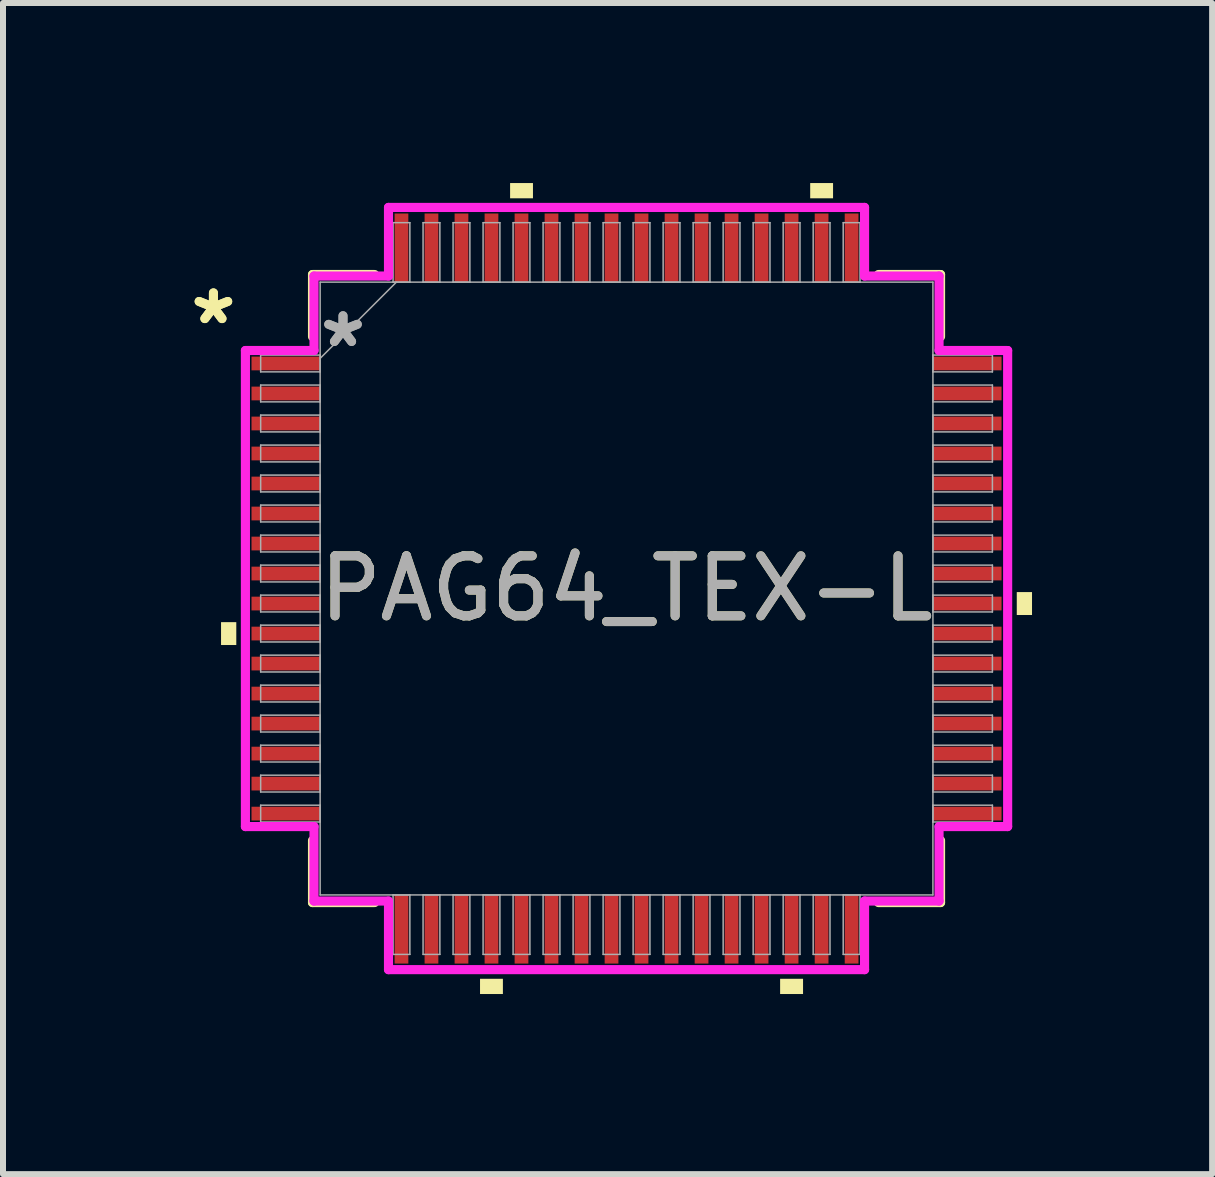
<source format=kicad_pcb>
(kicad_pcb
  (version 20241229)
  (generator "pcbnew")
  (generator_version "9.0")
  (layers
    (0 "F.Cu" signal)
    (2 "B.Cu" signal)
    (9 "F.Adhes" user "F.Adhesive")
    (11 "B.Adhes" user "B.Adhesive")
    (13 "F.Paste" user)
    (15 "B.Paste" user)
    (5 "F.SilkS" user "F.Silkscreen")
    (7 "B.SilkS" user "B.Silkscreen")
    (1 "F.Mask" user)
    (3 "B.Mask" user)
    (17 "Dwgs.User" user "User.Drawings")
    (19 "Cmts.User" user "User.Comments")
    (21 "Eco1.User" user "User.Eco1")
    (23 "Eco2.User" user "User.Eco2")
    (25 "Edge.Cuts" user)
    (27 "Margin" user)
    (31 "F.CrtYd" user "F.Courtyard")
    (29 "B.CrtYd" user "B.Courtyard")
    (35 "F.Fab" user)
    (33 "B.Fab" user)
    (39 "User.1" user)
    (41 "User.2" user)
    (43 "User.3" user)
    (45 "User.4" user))
  (footprint "PAG64_TEX-L"
    (layer "F.Cu")
    (at 7.389 6.756)
    (property "Reference" "PAG64_TEX-L" (at 0 0 0) (unlocked yes) (layer "F.SilkS") (effects (font (size 1 1) (thickness 0.15))))
    (attr smd)
    (fp_line (start -5.232 -5.232) (end -5.232 -4.197) (stroke (width 0.152) (type solid)) (layer "F.SilkS"))
    (fp_line (start -5.232 4.197) (end -5.232 5.232) (stroke (width 0.152) (type solid)) (layer "F.SilkS"))
    (fp_line (start -5.232 5.232) (end -4.197 5.232) (stroke (width 0.152) (type solid)) (layer "F.SilkS"))
    (fp_line (start -4.197 -5.232) (end -5.232 -5.232) (stroke (width 0.152) (type solid)) (layer "F.SilkS"))
    (fp_line (start 4.197 5.232) (end 5.232 5.232) (stroke (width 0.152) (type solid)) (layer "F.SilkS"))
    (fp_line (start 5.232 -5.232) (end 4.197 -5.232) (stroke (width 0.152) (type solid)) (layer "F.SilkS"))
    (fp_line (start 5.232 -4.197) (end 5.232 -5.232) (stroke (width 0.152) (type solid)) (layer "F.SilkS"))
    (fp_line (start 5.232 5.232) (end 5.232 4.197) (stroke (width 0.152) (type solid)) (layer "F.SilkS"))
    (fp_poly (pts (xy -6.756 0.56) (xy -6.756 0.941) (xy -6.502 0.941) (xy -6.502 0.56)) (stroke (width 0) (type solid)) (fill yes) (layer "F.SilkS"))
    (fp_poly (pts (xy -2.441 6.502) (xy -2.441 6.756) (xy -2.06 6.756) (xy -2.06 6.502)) (stroke (width 0) (type solid)) (fill yes) (layer "F.SilkS"))
    (fp_poly (pts (xy -1.94 -6.502) (xy -1.94 -6.756) (xy -1.559 -6.756) (xy -1.559 -6.502)) (stroke (width 0) (type solid)) (fill yes) (layer "F.SilkS"))
    (fp_poly (pts (xy 2.559 6.502) (xy 2.559 6.756) (xy 2.941 6.756) (xy 2.941 6.502)) (stroke (width 0) (type solid)) (fill yes) (layer "F.SilkS"))
    (fp_poly (pts (xy 3.06 -6.502) (xy 3.06 -6.756) (xy 3.441 -6.756) (xy 3.441 -6.502)) (stroke (width 0) (type solid)) (fill yes) (layer "F.SilkS"))
    (fp_poly (pts (xy 6.756 0.059) (xy 6.756 0.441) (xy 6.502 0.441) (xy 6.502 0.059)) (stroke (width 0) (type solid)) (fill yes) (layer "F.SilkS"))
    (fp_line (start -6.35 -3.966) (end -5.207 -3.966) (stroke (width 0.152) (type solid)) (layer "F.CrtYd"))
    (fp_line (start -6.35 3.966) (end -6.35 -3.966) (stroke (width 0.152) (type solid)) (layer "F.CrtYd"))
    (fp_line (start -5.207 -5.207) (end -3.966 -5.207) (stroke (width 0.152) (type solid)) (layer "F.CrtYd"))
    (fp_line (start -5.207 -3.966) (end -5.207 -5.207) (stroke (width 0.152) (type solid)) (layer "F.CrtYd"))
    (fp_line (start -5.207 3.966) (end -6.35 3.966) (stroke (width 0.152) (type solid)) (layer "F.CrtYd"))
    (fp_line (start -5.207 5.207) (end -5.207 3.966) (stroke (width 0.152) (type solid)) (layer "F.CrtYd"))
    (fp_line (start -5.207 5.207) (end -3.966 5.207) (stroke (width 0.152) (type solid)) (layer "F.CrtYd"))
    (fp_line (start -3.966 -6.35) (end 3.966 -6.35) (stroke (width 0.152) (type solid)) (layer "F.CrtYd"))
    (fp_line (start -3.966 -5.207) (end -3.966 -6.35) (stroke (width 0.152) (type solid)) (layer "F.CrtYd"))
    (fp_line (start -3.966 5.207) (end -3.966 6.35) (stroke (width 0.152) (type solid)) (layer "F.CrtYd"))
    (fp_line (start -3.966 6.35) (end 3.966 6.35) (stroke (width 0.152) (type solid)) (layer "F.CrtYd"))
    (fp_line (start 3.966 -6.35) (end 3.966 -5.207) (stroke (width 0.152) (type solid)) (layer "F.CrtYd"))
    (fp_line (start 3.966 -5.207) (end 5.207 -5.207) (stroke (width 0.152) (type solid)) (layer "F.CrtYd"))
    (fp_line (start 3.966 5.207) (end 5.207 5.207) (stroke (width 0.152) (type solid)) (layer "F.CrtYd"))
    (fp_line (start 3.966 6.35) (end 3.966 5.207) (stroke (width 0.152) (type solid)) (layer "F.CrtYd"))
    (fp_line (start 5.207 -3.966) (end 5.207 -5.207) (stroke (width 0.152) (type solid)) (layer "F.CrtYd"))
    (fp_line (start 5.207 3.966) (end 6.35 3.966) (stroke (width 0.152) (type solid)) (layer "F.CrtYd"))
    (fp_line (start 5.207 5.207) (end 5.207 3.966) (stroke (width 0.152) (type solid)) (layer "F.CrtYd"))
    (fp_line (start 6.35 -3.966) (end 5.207 -3.966) (stroke (width 0.152) (type solid)) (layer "F.CrtYd"))
    (fp_line (start 6.35 3.966) (end 6.35 -3.966) (stroke (width 0.152) (type solid)) (layer "F.CrtYd"))
    (fp_line (start -6.096 -3.89) (end -6.096 -3.61) (stroke (width 0.025) (type solid)) (layer "F.Fab"))
    (fp_line (start -6.096 -3.61) (end -5.105 -3.61) (stroke (width 0.025) (type solid)) (layer "F.Fab"))
    (fp_line (start -6.096 -3.39) (end -6.096 -3.11) (stroke (width 0.025) (type solid)) (layer "F.Fab"))
    (fp_line (start -6.096 -3.11) (end -5.105 -3.11) (stroke (width 0.025) (type solid)) (layer "F.Fab"))
    (fp_line (start -6.096 -2.89) (end -6.096 -2.61) (stroke (width 0.025) (type solid)) (layer "F.Fab"))
    (fp_line (start -6.096 -2.61) (end -5.105 -2.61) (stroke (width 0.025) (type solid)) (layer "F.Fab"))
    (fp_line (start -6.096 -2.39) (end -6.096 -2.11) (stroke (width 0.025) (type solid)) (layer "F.Fab"))
    (fp_line (start -6.096 -2.11) (end -5.105 -2.11) (stroke (width 0.025) (type solid)) (layer "F.Fab"))
    (fp_line (start -6.096 -1.89) (end -6.096 -1.61) (stroke (width 0.025) (type solid)) (layer "F.Fab"))
    (fp_line (start -6.096 -1.61) (end -5.105 -1.61) (stroke (width 0.025) (type solid)) (layer "F.Fab"))
    (fp_line (start -6.096 -1.39) (end -6.096 -1.11) (stroke (width 0.025) (type solid)) (layer "F.Fab"))
    (fp_line (start -6.096 -1.11) (end -5.105 -1.11) (stroke (width 0.025) (type solid)) (layer "F.Fab"))
    (fp_line (start -6.096 -0.89) (end -6.096 -0.61) (stroke (width 0.025) (type solid)) (layer "F.Fab"))
    (fp_line (start -6.096 -0.61) (end -5.105 -0.61) (stroke (width 0.025) (type solid)) (layer "F.Fab"))
    (fp_line (start -6.096 -0.39) (end -6.096 -0.11) (stroke (width 0.025) (type solid)) (layer "F.Fab"))
    (fp_line (start -6.096 -0.11) (end -5.105 -0.11) (stroke (width 0.025) (type solid)) (layer "F.Fab"))
    (fp_line (start -6.096 0.11) (end -6.096 0.39) (stroke (width 0.025) (type solid)) (layer "F.Fab"))
    (fp_line (start -6.096 0.39) (end -5.105 0.39) (stroke (width 0.025) (type solid)) (layer "F.Fab"))
    (fp_line (start -6.096 0.61) (end -6.096 0.89) (stroke (width 0.025) (type solid)) (layer "F.Fab"))
    (fp_line (start -6.096 0.89) (end -5.105 0.89) (stroke (width 0.025) (type solid)) (layer "F.Fab"))
    (fp_line (start -6.096 1.11) (end -6.096 1.39) (stroke (width 0.025) (type solid)) (layer "F.Fab"))
    (fp_line (start -6.096 1.39) (end -5.105 1.39) (stroke (width 0.025) (type solid)) (layer "F.Fab"))
    (fp_line (start -6.096 1.61) (end -6.096 1.89) (stroke (width 0.025) (type solid)) (layer "F.Fab"))
    (fp_line (start -6.096 1.89) (end -5.105 1.89) (stroke (width 0.025) (type solid)) (layer "F.Fab"))
    (fp_line (start -6.096 2.11) (end -6.096 2.39) (stroke (width 0.025) (type solid)) (layer "F.Fab"))
    (fp_line (start -6.096 2.39) (end -5.105 2.39) (stroke (width 0.025) (type solid)) (layer "F.Fab"))
    (fp_line (start -6.096 2.61) (end -6.096 2.89) (stroke (width 0.025) (type solid)) (layer "F.Fab"))
    (fp_line (start -6.096 2.89) (end -5.105 2.89) (stroke (width 0.025) (type solid)) (layer "F.Fab"))
    (fp_line (start -6.096 3.11) (end -6.096 3.39) (stroke (width 0.025) (type solid)) (layer "F.Fab"))
    (fp_line (start -6.096 3.39) (end -5.105 3.39) (stroke (width 0.025) (type solid)) (layer "F.Fab"))
    (fp_line (start -6.096 3.61) (end -6.096 3.89) (stroke (width 0.025) (type solid)) (layer "F.Fab"))
    (fp_line (start -6.096 3.89) (end -5.105 3.89) (stroke (width 0.025) (type solid)) (layer "F.Fab"))
    (fp_line (start -5.105 -5.105) (end -5.105 5.105) (stroke (width 0.025) (type solid)) (layer "F.Fab"))
    (fp_line (start -5.105 -3.89) (end -6.096 -3.89) (stroke (width 0.025) (type solid)) (layer "F.Fab"))
    (fp_line (start -5.105 -3.835) (end -3.835 -5.105) (stroke (width 0.025) (type solid)) (layer "F.Fab"))
    (fp_line (start -5.105 -3.61) (end -5.105 -3.89) (stroke (width 0.025) (type solid)) (layer "F.Fab"))
    (fp_line (start -5.105 -3.39) (end -6.096 -3.39) (stroke (width 0.025) (type solid)) (layer "F.Fab"))
    (fp_line (start -5.105 -3.11) (end -5.105 -3.39) (stroke (width 0.025) (type solid)) (layer "F.Fab"))
    (fp_line (start -5.105 -2.89) (end -6.096 -2.89) (stroke (width 0.025) (type solid)) (layer "F.Fab"))
    (fp_line (start -5.105 -2.61) (end -5.105 -2.89) (stroke (width 0.025) (type solid)) (layer "F.Fab"))
    (fp_line (start -5.105 -2.39) (end -6.096 -2.39) (stroke (width 0.025) (type solid)) (layer "F.Fab"))
    (fp_line (start -5.105 -2.11) (end -5.105 -2.39) (stroke (width 0.025) (type solid)) (layer "F.Fab"))
    (fp_line (start -5.105 -1.89) (end -6.096 -1.89) (stroke (width 0.025) (type solid)) (layer "F.Fab"))
    (fp_line (start -5.105 -1.61) (end -5.105 -1.89) (stroke (width 0.025) (type solid)) (layer "F.Fab"))
    (fp_line (start -5.105 -1.39) (end -6.096 -1.39) (stroke (width 0.025) (type solid)) (layer "F.Fab"))
    (fp_line (start -5.105 -1.11) (end -5.105 -1.39) (stroke (width 0.025) (type solid)) (layer "F.Fab"))
    (fp_line (start -5.105 -0.89) (end -6.096 -0.89) (stroke (width 0.025) (type solid)) (layer "F.Fab"))
    (fp_line (start -5.105 -0.61) (end -5.105 -0.89) (stroke (width 0.025) (type solid)) (layer "F.Fab"))
    (fp_line (start -5.105 -0.39) (end -6.096 -0.39) (stroke (width 0.025) (type solid)) (layer "F.Fab"))
    (fp_line (start -5.105 -0.11) (end -5.105 -0.39) (stroke (width 0.025) (type solid)) (layer "F.Fab"))
    (fp_line (start -5.105 0.11) (end -6.096 0.11) (stroke (width 0.025) (type solid)) (layer "F.Fab"))
    (fp_line (start -5.105 0.39) (end -5.105 0.11) (stroke (width 0.025) (type solid)) (layer "F.Fab"))
    (fp_line (start -5.105 0.61) (end -6.096 0.61) (stroke (width 0.025) (type solid)) (layer "F.Fab"))
    (fp_line (start -5.105 0.89) (end -5.105 0.61) (stroke (width 0.025) (type solid)) (layer "F.Fab"))
    (fp_line (start -5.105 1.11) (end -6.096 1.11) (stroke (width 0.025) (type solid)) (layer "F.Fab"))
    (fp_line (start -5.105 1.39) (end -5.105 1.11) (stroke (width 0.025) (type solid)) (layer "F.Fab"))
    (fp_line (start -5.105 1.61) (end -6.096 1.61) (stroke (width 0.025) (type solid)) (layer "F.Fab"))
    (fp_line (start -5.105 1.89) (end -5.105 1.61) (stroke (width 0.025) (type solid)) (layer "F.Fab"))
    (fp_line (start -5.105 2.11) (end -6.096 2.11) (stroke (width 0.025) (type solid)) (layer "F.Fab"))
    (fp_line (start -5.105 2.39) (end -5.105 2.11) (stroke (width 0.025) (type solid)) (layer "F.Fab"))
    (fp_line (start -5.105 2.61) (end -6.096 2.61) (stroke (width 0.025) (type solid)) (layer "F.Fab"))
    (fp_line (start -5.105 2.89) (end -5.105 2.61) (stroke (width 0.025) (type solid)) (layer "F.Fab"))
    (fp_line (start -5.105 3.11) (end -6.096 3.11) (stroke (width 0.025) (type solid)) (layer "F.Fab"))
    (fp_line (start -5.105 3.39) (end -5.105 3.11) (stroke (width 0.025) (type solid)) (layer "F.Fab"))
    (fp_line (start -5.105 3.61) (end -6.096 3.61) (stroke (width 0.025) (type solid)) (layer "F.Fab"))
    (fp_line (start -5.105 3.89) (end -5.105 3.61) (stroke (width 0.025) (type solid)) (layer "F.Fab"))
    (fp_line (start -5.105 5.105) (end 5.105 5.105) (stroke (width 0.025) (type solid)) (layer "F.Fab"))
    (fp_line (start -3.89 -6.096) (end -3.89 -5.105) (stroke (width 0.025) (type solid)) (layer "F.Fab"))
    (fp_line (start -3.89 -5.105) (end -3.61 -5.105) (stroke (width 0.025) (type solid)) (layer "F.Fab"))
    (fp_line (start -3.89 5.105) (end -3.89 6.096) (stroke (width 0.025) (type solid)) (layer "F.Fab"))
    (fp_line (start -3.89 6.096) (end -3.61 6.096) (stroke (width 0.025) (type solid)) (layer "F.Fab"))
    (fp_line (start -3.61 -6.096) (end -3.89 -6.096) (stroke (width 0.025) (type solid)) (layer "F.Fab"))
    (fp_line (start -3.61 -5.105) (end -3.61 -6.096) (stroke (width 0.025) (type solid)) (layer "F.Fab"))
    (fp_line (start -3.61 5.105) (end -3.89 5.105) (stroke (width 0.025) (type solid)) (layer "F.Fab"))
    (fp_line (start -3.61 6.096) (end -3.61 5.105) (stroke (width 0.025) (type solid)) (layer "F.Fab"))
    (fp_line (start -3.39 -6.096) (end -3.39 -5.105) (stroke (width 0.025) (type solid)) (layer "F.Fab"))
    (fp_line (start -3.39 -5.105) (end -3.11 -5.105) (stroke (width 0.025) (type solid)) (layer "F.Fab"))
    (fp_line (start -3.39 5.105) (end -3.39 6.096) (stroke (width 0.025) (type solid)) (layer "F.Fab"))
    (fp_line (start -3.39 6.096) (end -3.11 6.096) (stroke (width 0.025) (type solid)) (layer "F.Fab"))
    (fp_line (start -3.11 -6.096) (end -3.39 -6.096) (stroke (width 0.025) (type solid)) (layer "F.Fab"))
    (fp_line (start -3.11 -5.105) (end -3.11 -6.096) (stroke (width 0.025) (type solid)) (layer "F.Fab"))
    (fp_line (start -3.11 5.105) (end -3.39 5.105) (stroke (width 0.025) (type solid)) (layer "F.Fab"))
    (fp_line (start -3.11 6.096) (end -3.11 5.105) (stroke (width 0.025) (type solid)) (layer "F.Fab"))
    (fp_line (start -2.89 -6.096) (end -2.89 -5.105) (stroke (width 0.025) (type solid)) (layer "F.Fab"))
    (fp_line (start -2.89 -5.105) (end -2.61 -5.105) (stroke (width 0.025) (type solid)) (layer "F.Fab"))
    (fp_line (start -2.89 5.105) (end -2.89 6.096) (stroke (width 0.025) (type solid)) (layer "F.Fab"))
    (fp_line (start -2.89 6.096) (end -2.61 6.096) (stroke (width 0.025) (type solid)) (layer "F.Fab"))
    (fp_line (start -2.61 -6.096) (end -2.89 -6.096) (stroke (width 0.025) (type solid)) (layer "F.Fab"))
    (fp_line (start -2.61 -5.105) (end -2.61 -6.096) (stroke (width 0.025) (type solid)) (layer "F.Fab"))
    (fp_line (start -2.61 5.105) (end -2.89 5.105) (stroke (width 0.025) (type solid)) (layer "F.Fab"))
    (fp_line (start -2.61 6.096) (end -2.61 5.105) (stroke (width 0.025) (type solid)) (layer "F.Fab"))
    (fp_line (start -2.39 -6.096) (end -2.39 -5.105) (stroke (width 0.025) (type solid)) (layer "F.Fab"))
    (fp_line (start -2.39 -5.105) (end -2.11 -5.105) (stroke (width 0.025) (type solid)) (layer "F.Fab"))
    (fp_line (start -2.39 5.105) (end -2.39 6.096) (stroke (width 0.025) (type solid)) (layer "F.Fab"))
    (fp_line (start -2.39 6.096) (end -2.11 6.096) (stroke (width 0.025) (type solid)) (layer "F.Fab"))
    (fp_line (start -2.11 -6.096) (end -2.39 -6.096) (stroke (width 0.025) (type solid)) (layer "F.Fab"))
    (fp_line (start -2.11 -5.105) (end -2.11 -6.096) (stroke (width 0.025) (type solid)) (layer "F.Fab"))
    (fp_line (start -2.11 5.105) (end -2.39 5.105) (stroke (width 0.025) (type solid)) (layer "F.Fab"))
    (fp_line (start -2.11 6.096) (end -2.11 5.105) (stroke (width 0.025) (type solid)) (layer "F.Fab"))
    (fp_line (start -1.89 -6.096) (end -1.89 -5.105) (stroke (width 0.025) (type solid)) (layer "F.Fab"))
    (fp_line (start -1.89 -5.105) (end -1.61 -5.105) (stroke (width 0.025) (type solid)) (layer "F.Fab"))
    (fp_line (start -1.89 5.105) (end -1.89 6.096) (stroke (width 0.025) (type solid)) (layer "F.Fab"))
    (fp_line (start -1.89 6.096) (end -1.61 6.096) (stroke (width 0.025) (type solid)) (layer "F.Fab"))
    (fp_line (start -1.61 -6.096) (end -1.89 -6.096) (stroke (width 0.025) (type solid)) (layer "F.Fab"))
    (fp_line (start -1.61 -5.105) (end -1.61 -6.096) (stroke (width 0.025) (type solid)) (layer "F.Fab"))
    (fp_line (start -1.61 5.105) (end -1.89 5.105) (stroke (width 0.025) (type solid)) (layer "F.Fab"))
    (fp_line (start -1.61 6.096) (end -1.61 5.105) (stroke (width 0.025) (type solid)) (layer "F.Fab"))
    (fp_line (start -1.39 -6.096) (end -1.39 -5.105) (stroke (width 0.025) (type solid)) (layer "F.Fab"))
    (fp_line (start -1.39 -5.105) (end -1.11 -5.105) (stroke (width 0.025) (type solid)) (layer "F.Fab"))
    (fp_line (start -1.39 5.105) (end -1.39 6.096) (stroke (width 0.025) (type solid)) (layer "F.Fab"))
    (fp_line (start -1.39 6.096) (end -1.11 6.096) (stroke (width 0.025) (type solid)) (layer "F.Fab"))
    (fp_line (start -1.11 -6.096) (end -1.39 -6.096) (stroke (width 0.025) (type solid)) (layer "F.Fab"))
    (fp_line (start -1.11 -5.105) (end -1.11 -6.096) (stroke (width 0.025) (type solid)) (layer "F.Fab"))
    (fp_line (start -1.11 5.105) (end -1.39 5.105) (stroke (width 0.025) (type solid)) (layer "F.Fab"))
    (fp_line (start -1.11 6.096) (end -1.11 5.105) (stroke (width 0.025) (type solid)) (layer "F.Fab"))
    (fp_line (start -0.89 -6.096) (end -0.89 -5.105) (stroke (width 0.025) (type solid)) (layer "F.Fab"))
    (fp_line (start -0.89 -5.105) (end -0.61 -5.105) (stroke (width 0.025) (type solid)) (layer "F.Fab"))
    (fp_line (start -0.89 5.105) (end -0.89 6.096) (stroke (width 0.025) (type solid)) (layer "F.Fab"))
    (fp_line (start -0.89 6.096) (end -0.61 6.096) (stroke (width 0.025) (type solid)) (layer "F.Fab"))
    (fp_line (start -0.61 -6.096) (end -0.89 -6.096) (stroke (width 0.025) (type solid)) (layer "F.Fab"))
    (fp_line (start -0.61 -5.105) (end -0.61 -6.096) (stroke (width 0.025) (type solid)) (layer "F.Fab"))
    (fp_line (start -0.61 5.105) (end -0.89 5.105) (stroke (width 0.025) (type solid)) (layer "F.Fab"))
    (fp_line (start -0.61 6.096) (end -0.61 5.105) (stroke (width 0.025) (type solid)) (layer "F.Fab"))
    (fp_line (start -0.39 -6.096) (end -0.39 -5.105) (stroke (width 0.025) (type solid)) (layer "F.Fab"))
    (fp_line (start -0.39 -5.105) (end -0.11 -5.105) (stroke (width 0.025) (type solid)) (layer "F.Fab"))
    (fp_line (start -0.39 5.105) (end -0.39 6.096) (stroke (width 0.025) (type solid)) (layer "F.Fab"))
    (fp_line (start -0.39 6.096) (end -0.11 6.096) (stroke (width 0.025) (type solid)) (layer "F.Fab"))
    (fp_line (start -0.11 -6.096) (end -0.39 -6.096) (stroke (width 0.025) (type solid)) (layer "F.Fab"))
    (fp_line (start -0.11 -5.105) (end -0.11 -6.096) (stroke (width 0.025) (type solid)) (layer "F.Fab"))
    (fp_line (start -0.11 5.105) (end -0.39 5.105) (stroke (width 0.025) (type solid)) (layer "F.Fab"))
    (fp_line (start -0.11 6.096) (end -0.11 5.105) (stroke (width 0.025) (type solid)) (layer "F.Fab"))
    (fp_line (start 0.11 -6.096) (end 0.11 -5.105) (stroke (width 0.025) (type solid)) (layer "F.Fab"))
    (fp_line (start 0.11 -5.105) (end 0.39 -5.105) (stroke (width 0.025) (type solid)) (layer "F.Fab"))
    (fp_line (start 0.11 5.105) (end 0.11 6.096) (stroke (width 0.025) (type solid)) (layer "F.Fab"))
    (fp_line (start 0.11 6.096) (end 0.39 6.096) (stroke (width 0.025) (type solid)) (layer "F.Fab"))
    (fp_line (start 0.39 -6.096) (end 0.11 -6.096) (stroke (width 0.025) (type solid)) (layer "F.Fab"))
    (fp_line (start 0.39 -5.105) (end 0.39 -6.096) (stroke (width 0.025) (type solid)) (layer "F.Fab"))
    (fp_line (start 0.39 5.105) (end 0.11 5.105) (stroke (width 0.025) (type solid)) (layer "F.Fab"))
    (fp_line (start 0.39 6.096) (end 0.39 5.105) (stroke (width 0.025) (type solid)) (layer "F.Fab"))
    (fp_line (start 0.61 -6.096) (end 0.61 -5.105) (stroke (width 0.025) (type solid)) (layer "F.Fab"))
    (fp_line (start 0.61 -5.105) (end 0.89 -5.105) (stroke (width 0.025) (type solid)) (layer "F.Fab"))
    (fp_line (start 0.61 5.105) (end 0.61 6.096) (stroke (width 0.025) (type solid)) (layer "F.Fab"))
    (fp_line (start 0.61 6.096) (end 0.89 6.096) (stroke (width 0.025) (type solid)) (layer "F.Fab"))
    (fp_line (start 0.89 -6.096) (end 0.61 -6.096) (stroke (width 0.025) (type solid)) (layer "F.Fab"))
    (fp_line (start 0.89 -5.105) (end 0.89 -6.096) (stroke (width 0.025) (type solid)) (layer "F.Fab"))
    (fp_line (start 0.89 5.105) (end 0.61 5.105) (stroke (width 0.025) (type solid)) (layer "F.Fab"))
    (fp_line (start 0.89 6.096) (end 0.89 5.105) (stroke (width 0.025) (type solid)) (layer "F.Fab"))
    (fp_line (start 1.11 -6.096) (end 1.11 -5.105) (stroke (width 0.025) (type solid)) (layer "F.Fab"))
    (fp_line (start 1.11 -5.105) (end 1.39 -5.105) (stroke (width 0.025) (type solid)) (layer "F.Fab"))
    (fp_line (start 1.11 5.105) (end 1.11 6.096) (stroke (width 0.025) (type solid)) (layer "F.Fab"))
    (fp_line (start 1.11 6.096) (end 1.39 6.096) (stroke (width 0.025) (type solid)) (layer "F.Fab"))
    (fp_line (start 1.39 -6.096) (end 1.11 -6.096) (stroke (width 0.025) (type solid)) (layer "F.Fab"))
    (fp_line (start 1.39 -5.105) (end 1.39 -6.096) (stroke (width 0.025) (type solid)) (layer "F.Fab"))
    (fp_line (start 1.39 5.105) (end 1.11 5.105) (stroke (width 0.025) (type solid)) (layer "F.Fab"))
    (fp_line (start 1.39 6.096) (end 1.39 5.105) (stroke (width 0.025) (type solid)) (layer "F.Fab"))
    (fp_line (start 1.61 -6.096) (end 1.61 -5.105) (stroke (width 0.025) (type solid)) (layer "F.Fab"))
    (fp_line (start 1.61 -5.105) (end 1.89 -5.105) (stroke (width 0.025) (type solid)) (layer "F.Fab"))
    (fp_line (start 1.61 5.105) (end 1.61 6.096) (stroke (width 0.025) (type solid)) (layer "F.Fab"))
    (fp_line (start 1.61 6.096) (end 1.89 6.096) (stroke (width 0.025) (type solid)) (layer "F.Fab"))
    (fp_line (start 1.89 -6.096) (end 1.61 -6.096) (stroke (width 0.025) (type solid)) (layer "F.Fab"))
    (fp_line (start 1.89 -5.105) (end 1.89 -6.096) (stroke (width 0.025) (type solid)) (layer "F.Fab"))
    (fp_line (start 1.89 5.105) (end 1.61 5.105) (stroke (width 0.025) (type solid)) (layer "F.Fab"))
    (fp_line (start 1.89 6.096) (end 1.89 5.105) (stroke (width 0.025) (type solid)) (layer "F.Fab"))
    (fp_line (start 2.11 -6.096) (end 2.11 -5.105) (stroke (width 0.025) (type solid)) (layer "F.Fab"))
    (fp_line (start 2.11 -5.105) (end 2.39 -5.105) (stroke (width 0.025) (type solid)) (layer "F.Fab"))
    (fp_line (start 2.11 5.105) (end 2.11 6.096) (stroke (width 0.025) (type solid)) (layer "F.Fab"))
    (fp_line (start 2.11 6.096) (end 2.39 6.096) (stroke (width 0.025) (type solid)) (layer "F.Fab"))
    (fp_line (start 2.39 -6.096) (end 2.11 -6.096) (stroke (width 0.025) (type solid)) (layer "F.Fab"))
    (fp_line (start 2.39 -5.105) (end 2.39 -6.096) (stroke (width 0.025) (type solid)) (layer "F.Fab"))
    (fp_line (start 2.39 5.105) (end 2.11 5.105) (stroke (width 0.025) (type solid)) (layer "F.Fab"))
    (fp_line (start 2.39 6.096) (end 2.39 5.105) (stroke (width 0.025) (type solid)) (layer "F.Fab"))
    (fp_line (start 2.61 -6.096) (end 2.61 -5.105) (stroke (width 0.025) (type solid)) (layer "F.Fab"))
    (fp_line (start 2.61 -5.105) (end 2.89 -5.105) (stroke (width 0.025) (type solid)) (layer "F.Fab"))
    (fp_line (start 2.61 5.105) (end 2.61 6.096) (stroke (width 0.025) (type solid)) (layer "F.Fab"))
    (fp_line (start 2.61 6.096) (end 2.89 6.096) (stroke (width 0.025) (type solid)) (layer "F.Fab"))
    (fp_line (start 2.89 -6.096) (end 2.61 -6.096) (stroke (width 0.025) (type solid)) (layer "F.Fab"))
    (fp_line (start 2.89 -5.105) (end 2.89 -6.096) (stroke (width 0.025) (type solid)) (layer "F.Fab"))
    (fp_line (start 2.89 5.105) (end 2.61 5.105) (stroke (width 0.025) (type solid)) (layer "F.Fab"))
    (fp_line (start 2.89 6.096) (end 2.89 5.105) (stroke (width 0.025) (type solid)) (layer "F.Fab"))
    (fp_line (start 3.11 -6.096) (end 3.11 -5.105) (stroke (width 0.025) (type solid)) (layer "F.Fab"))
    (fp_line (start 3.11 -5.105) (end 3.39 -5.105) (stroke (width 0.025) (type solid)) (layer "F.Fab"))
    (fp_line (start 3.11 5.105) (end 3.11 6.096) (stroke (width 0.025) (type solid)) (layer "F.Fab"))
    (fp_line (start 3.11 6.096) (end 3.39 6.096) (stroke (width 0.025) (type solid)) (layer "F.Fab"))
    (fp_line (start 3.39 -6.096) (end 3.11 -6.096) (stroke (width 0.025) (type solid)) (layer "F.Fab"))
    (fp_line (start 3.39 -5.105) (end 3.39 -6.096) (stroke (width 0.025) (type solid)) (layer "F.Fab"))
    (fp_line (start 3.39 5.105) (end 3.11 5.105) (stroke (width 0.025) (type solid)) (layer "F.Fab"))
    (fp_line (start 3.39 6.096) (end 3.39 5.105) (stroke (width 0.025) (type solid)) (layer "F.Fab"))
    (fp_line (start 3.61 -6.096) (end 3.61 -5.105) (stroke (width 0.025) (type solid)) (layer "F.Fab"))
    (fp_line (start 3.61 -5.105) (end 3.89 -5.105) (stroke (width 0.025) (type solid)) (layer "F.Fab"))
    (fp_line (start 3.61 5.105) (end 3.61 6.096) (stroke (width 0.025) (type solid)) (layer "F.Fab"))
    (fp_line (start 3.61 6.096) (end 3.89 6.096) (stroke (width 0.025) (type solid)) (layer "F.Fab"))
    (fp_line (start 3.89 -6.096) (end 3.61 -6.096) (stroke (width 0.025) (type solid)) (layer "F.Fab"))
    (fp_line (start 3.89 -5.105) (end 3.89 -6.096) (stroke (width 0.025) (type solid)) (layer "F.Fab"))
    (fp_line (start 3.89 5.105) (end 3.61 5.105) (stroke (width 0.025) (type solid)) (layer "F.Fab"))
    (fp_line (start 3.89 6.096) (end 3.89 5.105) (stroke (width 0.025) (type solid)) (layer "F.Fab"))
    (fp_line (start 5.105 -5.105) (end -5.105 -5.105) (stroke (width 0.025) (type solid)) (layer "F.Fab"))
    (fp_line (start 5.105 -3.89) (end 5.105 -3.61) (stroke (width 0.025) (type solid)) (layer "F.Fab"))
    (fp_line (start 5.105 -3.61) (end 6.096 -3.61) (stroke (width 0.025) (type solid)) (layer "F.Fab"))
    (fp_line (start 5.105 -3.39) (end 5.105 -3.11) (stroke (width 0.025) (type solid)) (layer "F.Fab"))
    (fp_line (start 5.105 -3.11) (end 6.096 -3.11) (stroke (width 0.025) (type solid)) (layer "F.Fab"))
    (fp_line (start 5.105 -2.89) (end 5.105 -2.61) (stroke (width 0.025) (type solid)) (layer "F.Fab"))
    (fp_line (start 5.105 -2.61) (end 6.096 -2.61) (stroke (width 0.025) (type solid)) (layer "F.Fab"))
    (fp_line (start 5.105 -2.39) (end 5.105 -2.11) (stroke (width 0.025) (type solid)) (layer "F.Fab"))
    (fp_line (start 5.105 -2.11) (end 6.096 -2.11) (stroke (width 0.025) (type solid)) (layer "F.Fab"))
    (fp_line (start 5.105 -1.89) (end 5.105 -1.61) (stroke (width 0.025) (type solid)) (layer "F.Fab"))
    (fp_line (start 5.105 -1.61) (end 6.096 -1.61) (stroke (width 0.025) (type solid)) (layer "F.Fab"))
    (fp_line (start 5.105 -1.39) (end 5.105 -1.11) (stroke (width 0.025) (type solid)) (layer "F.Fab"))
    (fp_line (start 5.105 -1.11) (end 6.096 -1.11) (stroke (width 0.025) (type solid)) (layer "F.Fab"))
    (fp_line (start 5.105 -0.89) (end 5.105 -0.61) (stroke (width 0.025) (type solid)) (layer "F.Fab"))
    (fp_line (start 5.105 -0.61) (end 6.096 -0.61) (stroke (width 0.025) (type solid)) (layer "F.Fab"))
    (fp_line (start 5.105 -0.39) (end 5.105 -0.11) (stroke (width 0.025) (type solid)) (layer "F.Fab"))
    (fp_line (start 5.105 -0.11) (end 6.096 -0.11) (stroke (width 0.025) (type solid)) (layer "F.Fab"))
    (fp_line (start 5.105 0.11) (end 5.105 0.39) (stroke (width 0.025) (type solid)) (layer "F.Fab"))
    (fp_line (start 5.105 0.39) (end 6.096 0.39) (stroke (width 0.025) (type solid)) (layer "F.Fab"))
    (fp_line (start 5.105 0.61) (end 5.105 0.89) (stroke (width 0.025) (type solid)) (layer "F.Fab"))
    (fp_line (start 5.105 0.89) (end 6.096 0.89) (stroke (width 0.025) (type solid)) (layer "F.Fab"))
    (fp_line (start 5.105 1.11) (end 5.105 1.39) (stroke (width 0.025) (type solid)) (layer "F.Fab"))
    (fp_line (start 5.105 1.39) (end 6.096 1.39) (stroke (width 0.025) (type solid)) (layer "F.Fab"))
    (fp_line (start 5.105 1.61) (end 5.105 1.89) (stroke (width 0.025) (type solid)) (layer "F.Fab"))
    (fp_line (start 5.105 1.89) (end 6.096 1.89) (stroke (width 0.025) (type solid)) (layer "F.Fab"))
    (fp_line (start 5.105 2.11) (end 5.105 2.39) (stroke (width 0.025) (type solid)) (layer "F.Fab"))
    (fp_line (start 5.105 2.39) (end 6.096 2.39) (stroke (width 0.025) (type solid)) (layer "F.Fab"))
    (fp_line (start 5.105 2.61) (end 5.105 2.89) (stroke (width 0.025) (type solid)) (layer "F.Fab"))
    (fp_line (start 5.105 2.89) (end 6.096 2.89) (stroke (width 0.025) (type solid)) (layer "F.Fab"))
    (fp_line (start 5.105 3.11) (end 5.105 3.39) (stroke (width 0.025) (type solid)) (layer "F.Fab"))
    (fp_line (start 5.105 3.39) (end 6.096 3.39) (stroke (width 0.025) (type solid)) (layer "F.Fab"))
    (fp_line (start 5.105 3.61) (end 5.105 3.89) (stroke (width 0.025) (type solid)) (layer "F.Fab"))
    (fp_line (start 5.105 3.89) (end 6.096 3.89) (stroke (width 0.025) (type solid)) (layer "F.Fab"))
    (fp_line (start 5.105 5.105) (end 5.105 -5.105) (stroke (width 0.025) (type solid)) (layer "F.Fab"))
    (fp_line (start 6.096 -3.89) (end 5.105 -3.89) (stroke (width 0.025) (type solid)) (layer "F.Fab"))
    (fp_line (start 6.096 -3.61) (end 6.096 -3.89) (stroke (width 0.025) (type solid)) (layer "F.Fab"))
    (fp_line (start 6.096 -3.39) (end 5.105 -3.39) (stroke (width 0.025) (type solid)) (layer "F.Fab"))
    (fp_line (start 6.096 -3.11) (end 6.096 -3.39) (stroke (width 0.025) (type solid)) (layer "F.Fab"))
    (fp_line (start 6.096 -2.89) (end 5.105 -2.89) (stroke (width 0.025) (type solid)) (layer "F.Fab"))
    (fp_line (start 6.096 -2.61) (end 6.096 -2.89) (stroke (width 0.025) (type solid)) (layer "F.Fab"))
    (fp_line (start 6.096 -2.39) (end 5.105 -2.39) (stroke (width 0.025) (type solid)) (layer "F.Fab"))
    (fp_line (start 6.096 -2.11) (end 6.096 -2.39) (stroke (width 0.025) (type solid)) (layer "F.Fab"))
    (fp_line (start 6.096 -1.89) (end 5.105 -1.89) (stroke (width 0.025) (type solid)) (layer "F.Fab"))
    (fp_line (start 6.096 -1.61) (end 6.096 -1.89) (stroke (width 0.025) (type solid)) (layer "F.Fab"))
    (fp_line (start 6.096 -1.39) (end 5.105 -1.39) (stroke (width 0.025) (type solid)) (layer "F.Fab"))
    (fp_line (start 6.096 -1.11) (end 6.096 -1.39) (stroke (width 0.025) (type solid)) (layer "F.Fab"))
    (fp_line (start 6.096 -0.89) (end 5.105 -0.89) (stroke (width 0.025) (type solid)) (layer "F.Fab"))
    (fp_line (start 6.096 -0.61) (end 6.096 -0.89) (stroke (width 0.025) (type solid)) (layer "F.Fab"))
    (fp_line (start 6.096 -0.39) (end 5.105 -0.39) (stroke (width 0.025) (type solid)) (layer "F.Fab"))
    (fp_line (start 6.096 -0.11) (end 6.096 -0.39) (stroke (width 0.025) (type solid)) (layer "F.Fab"))
    (fp_line (start 6.096 0.11) (end 5.105 0.11) (stroke (width 0.025) (type solid)) (layer "F.Fab"))
    (fp_line (start 6.096 0.39) (end 6.096 0.11) (stroke (width 0.025) (type solid)) (layer "F.Fab"))
    (fp_line (start 6.096 0.61) (end 5.105 0.61) (stroke (width 0.025) (type solid)) (layer "F.Fab"))
    (fp_line (start 6.096 0.89) (end 6.096 0.61) (stroke (width 0.025) (type solid)) (layer "F.Fab"))
    (fp_line (start 6.096 1.11) (end 5.105 1.11) (stroke (width 0.025) (type solid)) (layer "F.Fab"))
    (fp_line (start 6.096 1.39) (end 6.096 1.11) (stroke (width 0.025) (type solid)) (layer "F.Fab"))
    (fp_line (start 6.096 1.61) (end 5.105 1.61) (stroke (width 0.025) (type solid)) (layer "F.Fab"))
    (fp_line (start 6.096 1.89) (end 6.096 1.61) (stroke (width 0.025) (type solid)) (layer "F.Fab"))
    (fp_line (start 6.096 2.11) (end 5.105 2.11) (stroke (width 0.025) (type solid)) (layer "F.Fab"))
    (fp_line (start 6.096 2.39) (end 6.096 2.11) (stroke (width 0.025) (type solid)) (layer "F.Fab"))
    (fp_line (start 6.096 2.61) (end 5.105 2.61) (stroke (width 0.025) (type solid)) (layer "F.Fab"))
    (fp_line (start 6.096 2.89) (end 6.096 2.61) (stroke (width 0.025) (type solid)) (layer "F.Fab"))
    (fp_line (start 6.096 3.11) (end 5.105 3.11) (stroke (width 0.025) (type solid)) (layer "F.Fab"))
    (fp_line (start 6.096 3.39) (end 6.096 3.11) (stroke (width 0.025) (type solid)) (layer "F.Fab"))
    (fp_line (start 6.096 3.61) (end 5.105 3.61) (stroke (width 0.025) (type solid)) (layer "F.Fab"))
    (fp_line (start 6.096 3.89) (end 6.096 3.61) (stroke (width 0.025) (type solid)) (layer "F.Fab"))
    (fp_text user "*" (at -6.883 -4.381 0) (layer "F.SilkS") (effects (font (size 1 1) (thickness 0.15))))
    (fp_text user "*" (at -6.883 -4.381 0) (unlocked yes) (layer "F.SilkS") (effects (font (size 1 1) (thickness 0.15))))
    (fp_text user "${REFERENCE}" (at 0 0 0) (unlocked yes) (layer "F.Fab") (effects (font (size 1 1) (thickness 0.15))))
    (fp_text user "*" (at -4.724 -4 0) (unlocked yes) (layer "F.Fab") (effects (font (size 1 1) (thickness 0.15))))
    (fp_text user "*" (at -4.724 -4 0) (layer "F.Fab") (effects (font (size 1 1) (thickness 0.15))))
    (pad "1" smd rect (at -5.677 -3.75 90) (size 0.229 1.143) (layers "F.Cu" "F.Mask" "F.Paste"))
    (pad "2" smd rect (at -5.677 -3.25 90) (size 0.229 1.143) (layers "F.Cu" "F.Mask" "F.Paste"))
    (pad "3" smd rect (at -5.677 -2.75 90) (size 0.229 1.143) (layers "F.Cu" "F.Mask" "F.Paste"))
    (pad "4" smd rect (at -5.677 -2.25 90) (size 0.229 1.143) (layers "F.Cu" "F.Mask" "F.Paste"))
    (pad "5" smd rect (at -5.677 -1.75 90) (size 0.229 1.143) (layers "F.Cu" "F.Mask" "F.Paste"))
    (pad "6" smd rect (at -5.677 -1.25 90) (size 0.229 1.143) (layers "F.Cu" "F.Mask" "F.Paste"))
    (pad "7" smd rect (at -5.677 -0.75 90) (size 0.229 1.143) (layers "F.Cu" "F.Mask" "F.Paste"))
    (pad "8" smd rect (at -5.677 -0.25 90) (size 0.229 1.143) (layers "F.Cu" "F.Mask" "F.Paste"))
    (pad "9" smd rect (at -5.677 0.25 90) (size 0.229 1.143) (layers "F.Cu" "F.Mask" "F.Paste"))
    (pad "10" smd rect (at -5.677 0.75 90) (size 0.229 1.143) (layers "F.Cu" "F.Mask" "F.Paste"))
    (pad "11" smd rect (at -5.677 1.25 90) (size 0.229 1.143) (layers "F.Cu" "F.Mask" "F.Paste"))
    (pad "12" smd rect (at -5.677 1.75 90) (size 0.229 1.143) (layers "F.Cu" "F.Mask" "F.Paste"))
    (pad "13" smd rect (at -5.677 2.25 90) (size 0.229 1.143) (layers "F.Cu" "F.Mask" "F.Paste"))
    (pad "14" smd rect (at -5.677 2.75 90) (size 0.229 1.143) (layers "F.Cu" "F.Mask" "F.Paste"))
    (pad "15" smd rect (at -5.677 3.25 90) (size 0.229 1.143) (layers "F.Cu" "F.Mask" "F.Paste"))
    (pad "16" smd rect (at -5.677 3.75 90) (size 0.229 1.143) (layers "F.Cu" "F.Mask" "F.Paste"))
    (pad "17" smd rect (at -3.75 5.677) (size 0.229 1.143) (layers "F.Cu" "F.Mask" "F.Paste"))
    (pad "18" smd rect (at -3.25 5.677) (size 0.229 1.143) (layers "F.Cu" "F.Mask" "F.Paste"))
    (pad "19" smd rect (at -2.75 5.677) (size 0.229 1.143) (layers "F.Cu" "F.Mask" "F.Paste"))
    (pad "20" smd rect (at -2.25 5.677) (size 0.229 1.143) (layers "F.Cu" "F.Mask" "F.Paste"))
    (pad "21" smd rect (at -1.75 5.677) (size 0.229 1.143) (layers "F.Cu" "F.Mask" "F.Paste"))
    (pad "22" smd rect (at -1.25 5.677) (size 0.229 1.143) (layers "F.Cu" "F.Mask" "F.Paste"))
    (pad "23" smd rect (at -0.75 5.677) (size 0.229 1.143) (layers "F.Cu" "F.Mask" "F.Paste"))
    (pad "24" smd rect (at -0.25 5.677) (size 0.229 1.143) (layers "F.Cu" "F.Mask" "F.Paste"))
    (pad "25" smd rect (at 0.25 5.677) (size 0.229 1.143) (layers "F.Cu" "F.Mask" "F.Paste"))
    (pad "26" smd rect (at 0.75 5.677) (size 0.229 1.143) (layers "F.Cu" "F.Mask" "F.Paste"))
    (pad "27" smd rect (at 1.25 5.677) (size 0.229 1.143) (layers "F.Cu" "F.Mask" "F.Paste"))
    (pad "28" smd rect (at 1.75 5.677) (size 0.229 1.143) (layers "F.Cu" "F.Mask" "F.Paste"))
    (pad "29" smd rect (at 2.25 5.677) (size 0.229 1.143) (layers "F.Cu" "F.Mask" "F.Paste"))
    (pad "30" smd rect (at 2.75 5.677) (size 0.229 1.143) (layers "F.Cu" "F.Mask" "F.Paste"))
    (pad "31" smd rect (at 3.25 5.677) (size 0.229 1.143) (layers "F.Cu" "F.Mask" "F.Paste"))
    (pad "32" smd rect (at 3.75 5.677) (size 0.229 1.143) (layers "F.Cu" "F.Mask" "F.Paste"))
    (pad "33" smd rect (at 5.677 3.75 90) (size 0.229 1.143) (layers "F.Cu" "F.Mask" "F.Paste"))
    (pad "34" smd rect (at 5.677 3.25 90) (size 0.229 1.143) (layers "F.Cu" "F.Mask" "F.Paste"))
    (pad "35" smd rect (at 5.677 2.75 90) (size 0.229 1.143) (layers "F.Cu" "F.Mask" "F.Paste"))
    (pad "36" smd rect (at 5.677 2.25 90) (size 0.229 1.143) (layers "F.Cu" "F.Mask" "F.Paste"))
    (pad "37" smd rect (at 5.677 1.75 90) (size 0.229 1.143) (layers "F.Cu" "F.Mask" "F.Paste"))
    (pad "38" smd rect (at 5.677 1.25 90) (size 0.229 1.143) (layers "F.Cu" "F.Mask" "F.Paste"))
    (pad "39" smd rect (at 5.677 0.75 90) (size 0.229 1.143) (layers "F.Cu" "F.Mask" "F.Paste"))
    (pad "40" smd rect (at 5.677 0.25 90) (size 0.229 1.143) (layers "F.Cu" "F.Mask" "F.Paste"))
    (pad "41" smd rect (at 5.677 -0.25 90) (size 0.229 1.143) (layers "F.Cu" "F.Mask" "F.Paste"))
    (pad "42" smd rect (at 5.677 -0.75 90) (size 0.229 1.143) (layers "F.Cu" "F.Mask" "F.Paste"))
    (pad "43" smd rect (at 5.677 -1.25 90) (size 0.229 1.143) (layers "F.Cu" "F.Mask" "F.Paste"))
    (pad "44" smd rect (at 5.677 -1.75 90) (size 0.229 1.143) (layers "F.Cu" "F.Mask" "F.Paste"))
    (pad "45" smd rect (at 5.677 -2.25 90) (size 0.229 1.143) (layers "F.Cu" "F.Mask" "F.Paste"))
    (pad "46" smd rect (at 5.677 -2.75 90) (size 0.229 1.143) (layers "F.Cu" "F.Mask" "F.Paste"))
    (pad "47" smd rect (at 5.677 -3.25 90) (size 0.229 1.143) (layers "F.Cu" "F.Mask" "F.Paste"))
    (pad "48" smd rect (at 5.677 -3.75 90) (size 0.229 1.143) (layers "F.Cu" "F.Mask" "F.Paste"))
    (pad "49" smd rect (at 3.75 -5.677) (size 0.229 1.143) (layers "F.Cu" "F.Mask" "F.Paste"))
    (pad "50" smd rect (at 3.25 -5.677) (size 0.229 1.143) (layers "F.Cu" "F.Mask" "F.Paste"))
    (pad "51" smd rect (at 2.75 -5.677) (size 0.229 1.143) (layers "F.Cu" "F.Mask" "F.Paste"))
    (pad "52" smd rect (at 2.25 -5.677) (size 0.229 1.143) (layers "F.Cu" "F.Mask" "F.Paste"))
    (pad "53" smd rect (at 1.75 -5.677) (size 0.229 1.143) (layers "F.Cu" "F.Mask" "F.Paste"))
    (pad "54" smd rect (at 1.25 -5.677) (size 0.229 1.143) (layers "F.Cu" "F.Mask" "F.Paste"))
    (pad "55" smd rect (at 0.75 -5.677) (size 0.229 1.143) (layers "F.Cu" "F.Mask" "F.Paste"))
    (pad "56" smd rect (at 0.25 -5.677) (size 0.229 1.143) (layers "F.Cu" "F.Mask" "F.Paste"))
    (pad "57" smd rect (at -0.25 -5.677) (size 0.229 1.143) (layers "F.Cu" "F.Mask" "F.Paste"))
    (pad "58" smd rect (at -0.75 -5.677) (size 0.229 1.143) (layers "F.Cu" "F.Mask" "F.Paste"))
    (pad "59" smd rect (at -1.25 -5.677) (size 0.229 1.143) (layers "F.Cu" "F.Mask" "F.Paste"))
    (pad "60" smd rect (at -1.75 -5.677) (size 0.229 1.143) (layers "F.Cu" "F.Mask" "F.Paste"))
    (pad "61" smd rect (at -2.25 -5.677) (size 0.229 1.143) (layers "F.Cu" "F.Mask" "F.Paste"))
    (pad "62" smd rect (at -2.75 -5.677) (size 0.229 1.143) (layers "F.Cu" "F.Mask" "F.Paste"))
    (pad "63" smd rect (at -3.25 -5.677) (size 0.229 1.143) (layers "F.Cu" "F.Mask" "F.Paste"))
    (pad "64" smd rect (at -3.75 -5.677) (size 0.229 1.143) (layers "F.Cu" "F.Mask" "F.Paste")))
  (gr_rect
    (start -3 -3)
    (end 17.146 16.513)
    (stroke (width 0.1) (type default))
    (fill no)
    (layer "Edge.Cuts")))
</source>
